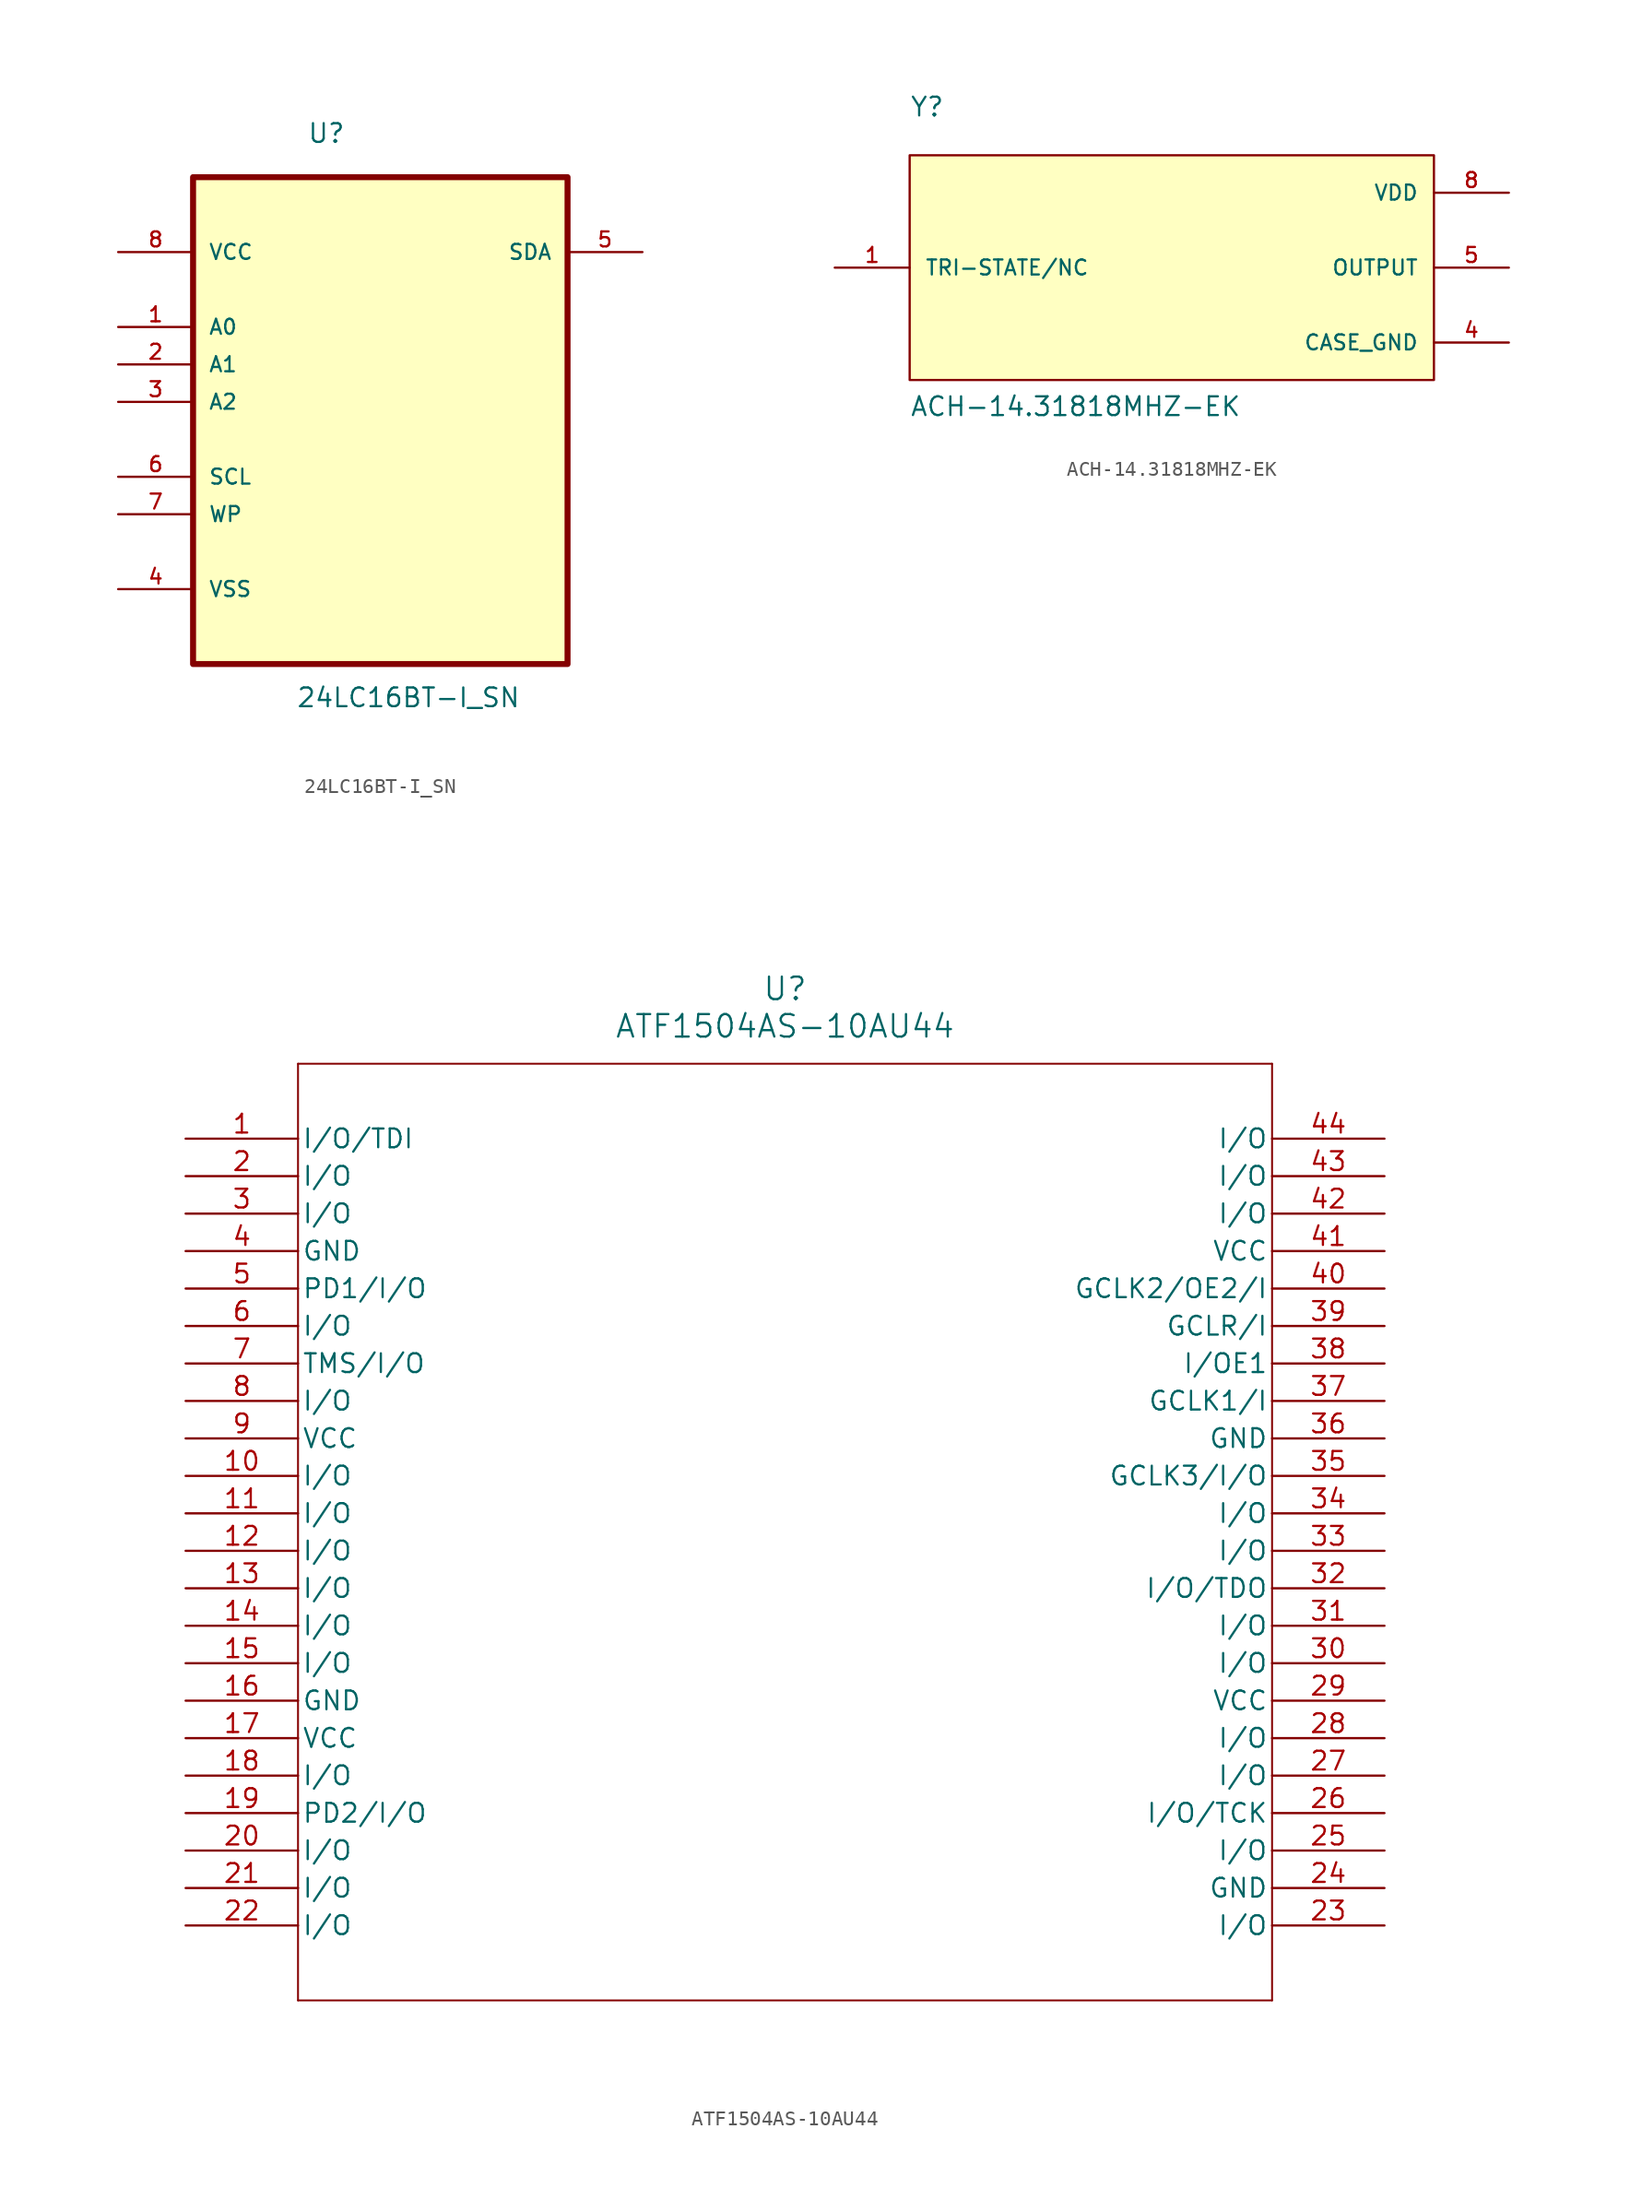
<source format=kicad_sym>
(kicad_symbol_lib
  (version 20241209)
  (generator "kicad_symbol_editor")
  (generator_version "9.0")
  (symbol "24LC16BT-I_SN"
    (pin_names
      (offset 1.016))
    (property "Reference" "U"
      (at -4.969 14.931 0)
      (effects (font (size 1.27 1.27)) (justify left bottom)))
    (property "Value" "24LC16BT-I_SN"
      (at -5.721 -23.34 0)
      (effects (font (size 1.27 1.27)) (justify left bottom)))
    (symbol "24LC16BT-I_SN_0_0"
      (pin power_in line (at -17.78 7.62 0) (length 5.08) (name "VCC" (effects (font (size 1.016 1.016)))) (number "8" (effects (font (size 1.016 1.016)))))
      (pin input line (at -17.78 2.54 0) (length 5.08) (name "A0" (effects (font (size 1.016 1.016)))) (number "1" (effects (font (size 1.016 1.016)))))
      (pin input line (at -17.78 0 0) (length 5.08) (name "A1" (effects (font (size 1.016 1.016)))) (number "2" (effects (font (size 1.016 1.016)))))
      (pin input line (at -17.78 -2.54 0) (length 5.08) (name "A2" (effects (font (size 1.016 1.016)))) (number "3" (effects (font (size 1.016 1.016)))))
      (pin input line (at -17.78 -7.62 0) (length 5.08) (name "SCL" (effects (font (size 1.016 1.016)))) (number "6" (effects (font (size 1.016 1.016)))))
      (pin input line (at -17.78 -10.16 0) (length 5.08) (name "WP" (effects (font (size 1.016 1.016)))) (number "7" (effects (font (size 1.016 1.016)))))
      (pin passive line (at -17.78 -15.24 0) (length 5.08) (name "VSS" (effects (font (size 1.016 1.016)))) (number "4" (effects (font (size 1.016 1.016)))))
      (pin bidirectional line (at 17.78 7.62 180) (length 5.08) (name "SDA" (effects (font (size 1.016 1.016)))) (number "5" (effects (font (size 1.016 1.016))))))
    (symbol "24LC16BT-I_SN_1_0"
      (rectangle (start -12.7 12.7) (end 12.7 -20.32) (stroke (width 0.406) (type solid)) (fill (type background)))))
  (symbol "ACH-14.31818MHZ-EK"
    (pin_names
      (offset 1.016))
    (property "Reference" "Y"
      (at -17.78 10.16 0)
      (effects (font (size 1.27 1.27)) (justify left bottom)))
    (property "Value" "ACH-14.31818MHZ-EK"
      (at -17.78 -10.16 0)
      (effects (font (size 1.27 1.27)) (justify left bottom)))
    (symbol "ACH-14.31818MHZ-EK_0_0"
      (rectangle (start -17.78 -7.62) (end 17.78 7.62) (stroke (width 0.152) (type default)) (fill (type background)))
      (pin passive line (at -22.86 0 0) (length 5.08) (name "TRI-STATE/NC" (effects (font (size 1.016 1.016)))) (number "1" (effects (font (size 1.016 1.016)))))
      (pin power_in line (at 22.86 5.08 180) (length 5.08) (name "VDD" (effects (font (size 1.016 1.016)))) (number "8" (effects (font (size 1.016 1.016)))))
      (pin output line (at 22.86 0 180) (length 5.08) (name "OUTPUT" (effects (font (size 1.016 1.016)))) (number "5" (effects (font (size 1.016 1.016)))))
      (pin passive line (at 22.86 -5.08 180) (length 5.08) (name "CASE_GND" (effects (font (size 1.016 1.016)))) (number "4" (effects (font (size 1.016 1.016)))))))
  (symbol "ATF1504AS-10AU44"
    (pin_names
      (offset 0.254))
    (property "Reference" "U"
      (at 40.64 10.16 0)
      (effects (font (size 1.524 1.524))))
    (property "Value" "ATF1504AS-10AU44"
      (at 40.64 7.62 0)
      (effects (font (size 1.524 1.524))))
    (property "ki_locked" ""
      (at 0 0 0)
      (effects (font (size 1.27 1.27))))
    (symbol "ATF1504AS-10AU44_0_1"
      (polyline (pts (xy 7.62 5.08) (xy 7.62 -58.42)) (stroke (width 0.127) (type default)) (fill (type none)))
      (polyline (pts (xy 7.62 -58.42) (xy 73.66 -58.42)) (stroke (width 0.127) (type default)) (fill (type none)))
      (polyline (pts (xy 73.66 5.08) (xy 7.62 5.08)) (stroke (width 0.127) (type default)) (fill (type none)))
      (polyline (pts (xy 73.66 -58.42) (xy 73.66 5.08)) (stroke (width 0.127) (type default)) (fill (type none)))
      (pin bidirectional line (at 0 0 0) (length 7.62) (name "I/O/TDI" (effects (font (size 1.27 1.27)))) (number "1" (effects (font (size 1.27 1.27)))))
      (pin bidirectional line (at 0 -2.54 0) (length 7.62) (name "I/O" (effects (font (size 1.27 1.27)))) (number "2" (effects (font (size 1.27 1.27)))))
      (pin bidirectional line (at 0 -5.08 0) (length 7.62) (name "I/O" (effects (font (size 1.27 1.27)))) (number "3" (effects (font (size 1.27 1.27)))))
      (pin power_in line (at 0 -7.62 0) (length 7.62) (name "GND" (effects (font (size 1.27 1.27)))) (number "4" (effects (font (size 1.27 1.27)))))
      (pin bidirectional line (at 0 -10.16 0) (length 7.62) (name "PD1/I/O" (effects (font (size 1.27 1.27)))) (number "5" (effects (font (size 1.27 1.27)))))
      (pin bidirectional line (at 0 -12.7 0) (length 7.62) (name "I/O" (effects (font (size 1.27 1.27)))) (number "6" (effects (font (size 1.27 1.27)))))
      (pin bidirectional line (at 0 -15.24 0) (length 7.62) (name "TMS/I/O" (effects (font (size 1.27 1.27)))) (number "7" (effects (font (size 1.27 1.27)))))
      (pin bidirectional line (at 0 -17.78 0) (length 7.62) (name "I/O" (effects (font (size 1.27 1.27)))) (number "8" (effects (font (size 1.27 1.27)))))
      (pin power_in line (at 0 -20.32 0) (length 7.62) (name "VCC" (effects (font (size 1.27 1.27)))) (number "9" (effects (font (size 1.27 1.27)))))
      (pin bidirectional line (at 0 -22.86 0) (length 7.62) (name "I/O" (effects (font (size 1.27 1.27)))) (number "10" (effects (font (size 1.27 1.27)))))
      (pin bidirectional line (at 0 -25.4 0) (length 7.62) (name "I/O" (effects (font (size 1.27 1.27)))) (number "11" (effects (font (size 1.27 1.27)))))
      (pin bidirectional line (at 0 -27.94 0) (length 7.62) (name "I/O" (effects (font (size 1.27 1.27)))) (number "12" (effects (font (size 1.27 1.27)))))
      (pin bidirectional line (at 0 -30.48 0) (length 7.62) (name "I/O" (effects (font (size 1.27 1.27)))) (number "13" (effects (font (size 1.27 1.27)))))
      (pin bidirectional line (at 0 -33.02 0) (length 7.62) (name "I/O" (effects (font (size 1.27 1.27)))) (number "14" (effects (font (size 1.27 1.27)))))
      (pin bidirectional line (at 0 -35.56 0) (length 7.62) (name "I/O" (effects (font (size 1.27 1.27)))) (number "15" (effects (font (size 1.27 1.27)))))
      (pin power_in line (at 0 -38.1 0) (length 7.62) (name "GND" (effects (font (size 1.27 1.27)))) (number "16" (effects (font (size 1.27 1.27)))))
      (pin power_in line (at 0 -40.64 0) (length 7.62) (name "VCC" (effects (font (size 1.27 1.27)))) (number "17" (effects (font (size 1.27 1.27)))))
      (pin bidirectional line (at 0 -43.18 0) (length 7.62) (name "I/O" (effects (font (size 1.27 1.27)))) (number "18" (effects (font (size 1.27 1.27)))))
      (pin bidirectional line (at 0 -45.72 0) (length 7.62) (name "PD2/I/O" (effects (font (size 1.27 1.27)))) (number "19" (effects (font (size 1.27 1.27)))))
      (pin bidirectional line (at 0 -48.26 0) (length 7.62) (name "I/O" (effects (font (size 1.27 1.27)))) (number "20" (effects (font (size 1.27 1.27)))))
      (pin bidirectional line (at 0 -50.8 0) (length 7.62) (name "I/O" (effects (font (size 1.27 1.27)))) (number "21" (effects (font (size 1.27 1.27)))))
      (pin bidirectional line (at 0 -53.34 0) (length 7.62) (name "I/O" (effects (font (size 1.27 1.27)))) (number "22" (effects (font (size 1.27 1.27)))))
      (pin bidirectional line (at 81.28 0 180) (length 7.62) (name "I/O" (effects (font (size 1.27 1.27)))) (number "44" (effects (font (size 1.27 1.27)))))
      (pin bidirectional line (at 81.28 -2.54 180) (length 7.62) (name "I/O" (effects (font (size 1.27 1.27)))) (number "43" (effects (font (size 1.27 1.27)))))
      (pin bidirectional line (at 81.28 -5.08 180) (length 7.62) (name "I/O" (effects (font (size 1.27 1.27)))) (number "42" (effects (font (size 1.27 1.27)))))
      (pin power_in line (at 81.28 -7.62 180) (length 7.62) (name "VCC" (effects (font (size 1.27 1.27)))) (number "41" (effects (font (size 1.27 1.27)))))
      (pin bidirectional line (at 81.28 -10.16 180) (length 7.62) (name "GCLK2/OE2/I" (effects (font (size 1.27 1.27)))) (number "40" (effects (font (size 1.27 1.27)))))
      (pin bidirectional line (at 81.28 -12.7 180) (length 7.62) (name "GCLR/I" (effects (font (size 1.27 1.27)))) (number "39" (effects (font (size 1.27 1.27)))))
      (pin bidirectional line (at 81.28 -15.24 180) (length 7.62) (name "I/OE1" (effects (font (size 1.27 1.27)))) (number "38" (effects (font (size 1.27 1.27)))))
      (pin bidirectional line (at 81.28 -17.78 180) (length 7.62) (name "GCLK1/I" (effects (font (size 1.27 1.27)))) (number "37" (effects (font (size 1.27 1.27)))))
      (pin power_in line (at 81.28 -20.32 180) (length 7.62) (name "GND" (effects (font (size 1.27 1.27)))) (number "36" (effects (font (size 1.27 1.27)))))
      (pin bidirectional line (at 81.28 -22.86 180) (length 7.62) (name "GCLK3/I/O" (effects (font (size 1.27 1.27)))) (number "35" (effects (font (size 1.27 1.27)))))
      (pin bidirectional line (at 81.28 -25.4 180) (length 7.62) (name "I/O" (effects (font (size 1.27 1.27)))) (number "34" (effects (font (size 1.27 1.27)))))
      (pin bidirectional line (at 81.28 -27.94 180) (length 7.62) (name "I/O" (effects (font (size 1.27 1.27)))) (number "33" (effects (font (size 1.27 1.27)))))
      (pin bidirectional line (at 81.28 -30.48 180) (length 7.62) (name "I/O/TDO" (effects (font (size 1.27 1.27)))) (number "32" (effects (font (size 1.27 1.27)))))
      (pin bidirectional line (at 81.28 -33.02 180) (length 7.62) (name "I/O" (effects (font (size 1.27 1.27)))) (number "31" (effects (font (size 1.27 1.27)))))
      (pin bidirectional line (at 81.28 -35.56 180) (length 7.62) (name "I/O" (effects (font (size 1.27 1.27)))) (number "30" (effects (font (size 1.27 1.27)))))
      (pin power_in line (at 81.28 -38.1 180) (length 7.62) (name "VCC" (effects (font (size 1.27 1.27)))) (number "29" (effects (font (size 1.27 1.27)))))
      (pin bidirectional line (at 81.28 -40.64 180) (length 7.62) (name "I/O" (effects (font (size 1.27 1.27)))) (number "28" (effects (font (size 1.27 1.27)))))
      (pin bidirectional line (at 81.28 -43.18 180) (length 7.62) (name "I/O" (effects (font (size 1.27 1.27)))) (number "27" (effects (font (size 1.27 1.27)))))
      (pin bidirectional line (at 81.28 -45.72 180) (length 7.62) (name "I/O/TCK" (effects (font (size 1.27 1.27)))) (number "26" (effects (font (size 1.27 1.27)))))
      (pin bidirectional line (at 81.28 -48.26 180) (length 7.62) (name "I/O" (effects (font (size 1.27 1.27)))) (number "25" (effects (font (size 1.27 1.27)))))
      (pin power_in line (at 81.28 -50.8 180) (length 7.62) (name "GND" (effects (font (size 1.27 1.27)))) (number "24" (effects (font (size 1.27 1.27)))))
      (pin bidirectional line (at 81.28 -53.34 180) (length 7.62) (name "I/O" (effects (font (size 1.27 1.27)))) (number "23" (effects (font (size 1.27 1.27))))))))
</source>
